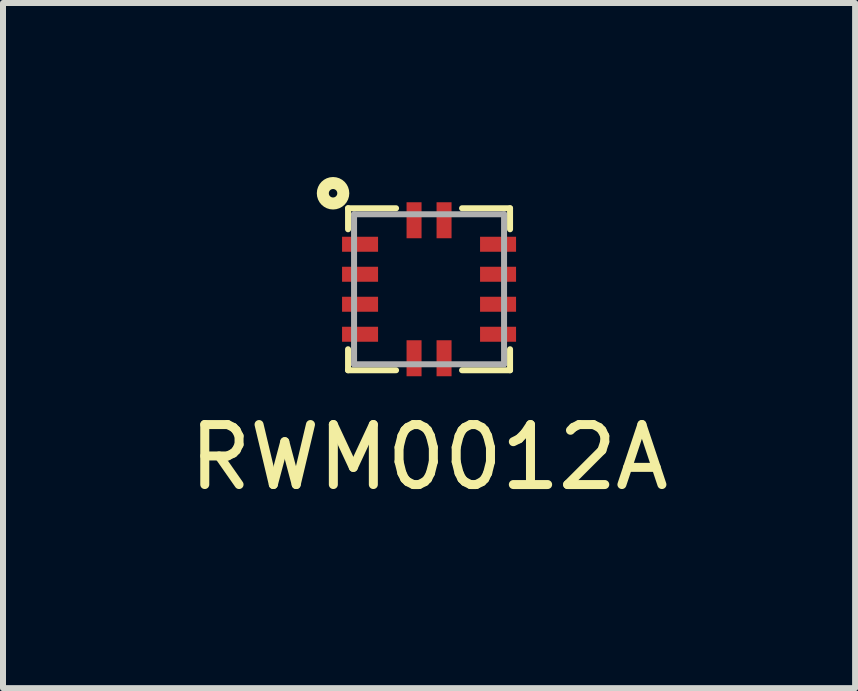
<source format=kicad_pcb>
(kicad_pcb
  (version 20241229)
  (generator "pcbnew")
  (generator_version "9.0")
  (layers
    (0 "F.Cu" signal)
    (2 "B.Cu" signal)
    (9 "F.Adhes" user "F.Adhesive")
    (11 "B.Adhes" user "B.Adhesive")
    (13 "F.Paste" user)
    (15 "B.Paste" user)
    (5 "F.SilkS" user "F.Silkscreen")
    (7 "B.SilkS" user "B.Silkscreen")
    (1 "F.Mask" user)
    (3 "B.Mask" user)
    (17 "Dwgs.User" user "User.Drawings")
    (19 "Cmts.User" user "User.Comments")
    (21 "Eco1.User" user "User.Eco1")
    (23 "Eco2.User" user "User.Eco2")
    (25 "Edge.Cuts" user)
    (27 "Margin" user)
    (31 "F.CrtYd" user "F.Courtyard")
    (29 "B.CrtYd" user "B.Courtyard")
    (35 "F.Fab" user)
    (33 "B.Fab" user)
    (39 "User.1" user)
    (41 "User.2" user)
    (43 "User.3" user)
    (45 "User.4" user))
  (footprint "RWM0012A"
    (layer "F.Cu")
    (at 4.101 1.771)
    (property "Reference" "RWM0012A" (at 0 2.8 0) (layer "F.SilkS") (effects (font (size 1 1) (thickness 0.15))))
    (attr through_hole)
    (fp_line (start -1.35 -1.35) (end -1.35 -1) (stroke (width 0.1) (type solid)) (layer "F.SilkS"))
    (fp_line (start -1.35 1) (end -1.35 1.35) (stroke (width 0.1) (type solid)) (layer "F.SilkS"))
    (fp_line (start -1.35 1.35) (end -0.55 1.35) (stroke (width 0.1) (type solid)) (layer "F.SilkS"))
    (fp_line (start -0.55 -1.35) (end -1.35 -1.35) (stroke (width 0.1) (type solid)) (layer "F.SilkS"))
    (fp_line (start 0.55 -1.35) (end 1.35 -1.35) (stroke (width 0.1) (type solid)) (layer "F.SilkS"))
    (fp_line (start 1.35 -1.35) (end 1.35 -1) (stroke (width 0.1) (type solid)) (layer "F.SilkS"))
    (fp_line (start 1.35 1.35) (end 0.55 1.35) (stroke (width 0.1) (type solid)) (layer "F.SilkS"))
    (fp_line (start 1.35 1.35) (end 1.35 1) (stroke (width 0.1) (type solid)) (layer "F.SilkS"))
    (fp_circle (center -1.6 -1.6) (end -1.55 -1.55) (stroke (width 0.2) (type solid)) (fill no) (layer "F.SilkS"))
    (fp_line (start -1.25 -1.25) (end 1.25 -1.25) (stroke (width 0.1) (type solid)) (layer "F.Fab"))
    (fp_line (start -1.25 1.25) (end -1.25 -1.25) (stroke (width 0.1) (type solid)) (layer "F.Fab"))
    (fp_line (start 1.25 -1.25) (end 1.25 1.25) (stroke (width 0.1) (type solid)) (layer "F.Fab"))
    (fp_line (start 1.25 1.25) (end -1.25 1.25) (stroke (width 0.1) (type solid)) (layer "F.Fab"))
    (pad "1" smd rect (at -1.15 -0.75) (size 0.6 0.25) (layers "F.Cu" "F.Mask" "F.Paste"))
    (pad "2" smd rect (at -1.15 -0.25) (size 0.6 0.25) (layers "F.Cu" "F.Mask" "F.Paste"))
    (pad "3" smd rect (at -1.15 0.25) (size 0.6 0.25) (layers "F.Cu" "F.Mask" "F.Paste"))
    (pad "4" smd rect (at -1.15 0.75) (size 0.6 0.25) (layers "F.Cu" "F.Mask" "F.Paste"))
    (pad "5" smd rect (at -0.25 1.15 90) (size 0.6 0.25) (layers "F.Cu" "F.Mask" "F.Paste"))
    (pad "6" smd rect (at 0.25 1.15 90) (size 0.6 0.25) (layers "F.Cu" "F.Mask" "F.Paste"))
    (pad "7" smd rect (at 1.15 0.75) (size 0.6 0.25) (layers "F.Cu" "F.Mask" "F.Paste"))
    (pad "8" smd rect (at 1.15 0.25) (size 0.6 0.25) (layers "F.Cu" "F.Mask" "F.Paste"))
    (pad "9" smd rect (at 1.15 -0.25) (size 0.6 0.25) (layers "F.Cu" "F.Mask" "F.Paste"))
    (pad "10" smd rect (at 1.15 -0.75) (size 0.6 0.25) (layers "F.Cu" "F.Mask" "F.Paste"))
    (pad "11" smd rect (at 0.25 -1.15 270) (size 0.6 0.25) (layers "F.Cu" "F.Mask" "F.Paste"))
    (pad "12" smd rect (at -0.25 -1.15 270) (size 0.6 0.25) (layers "F.Cu" "F.Mask" "F.Paste")))
  (gr_rect
    (start -3 -3)
    (end 11.202 8.419)
    (stroke (width 0.1) (type default))
    (fill no)
    (layer "Edge.Cuts")))
</source>
